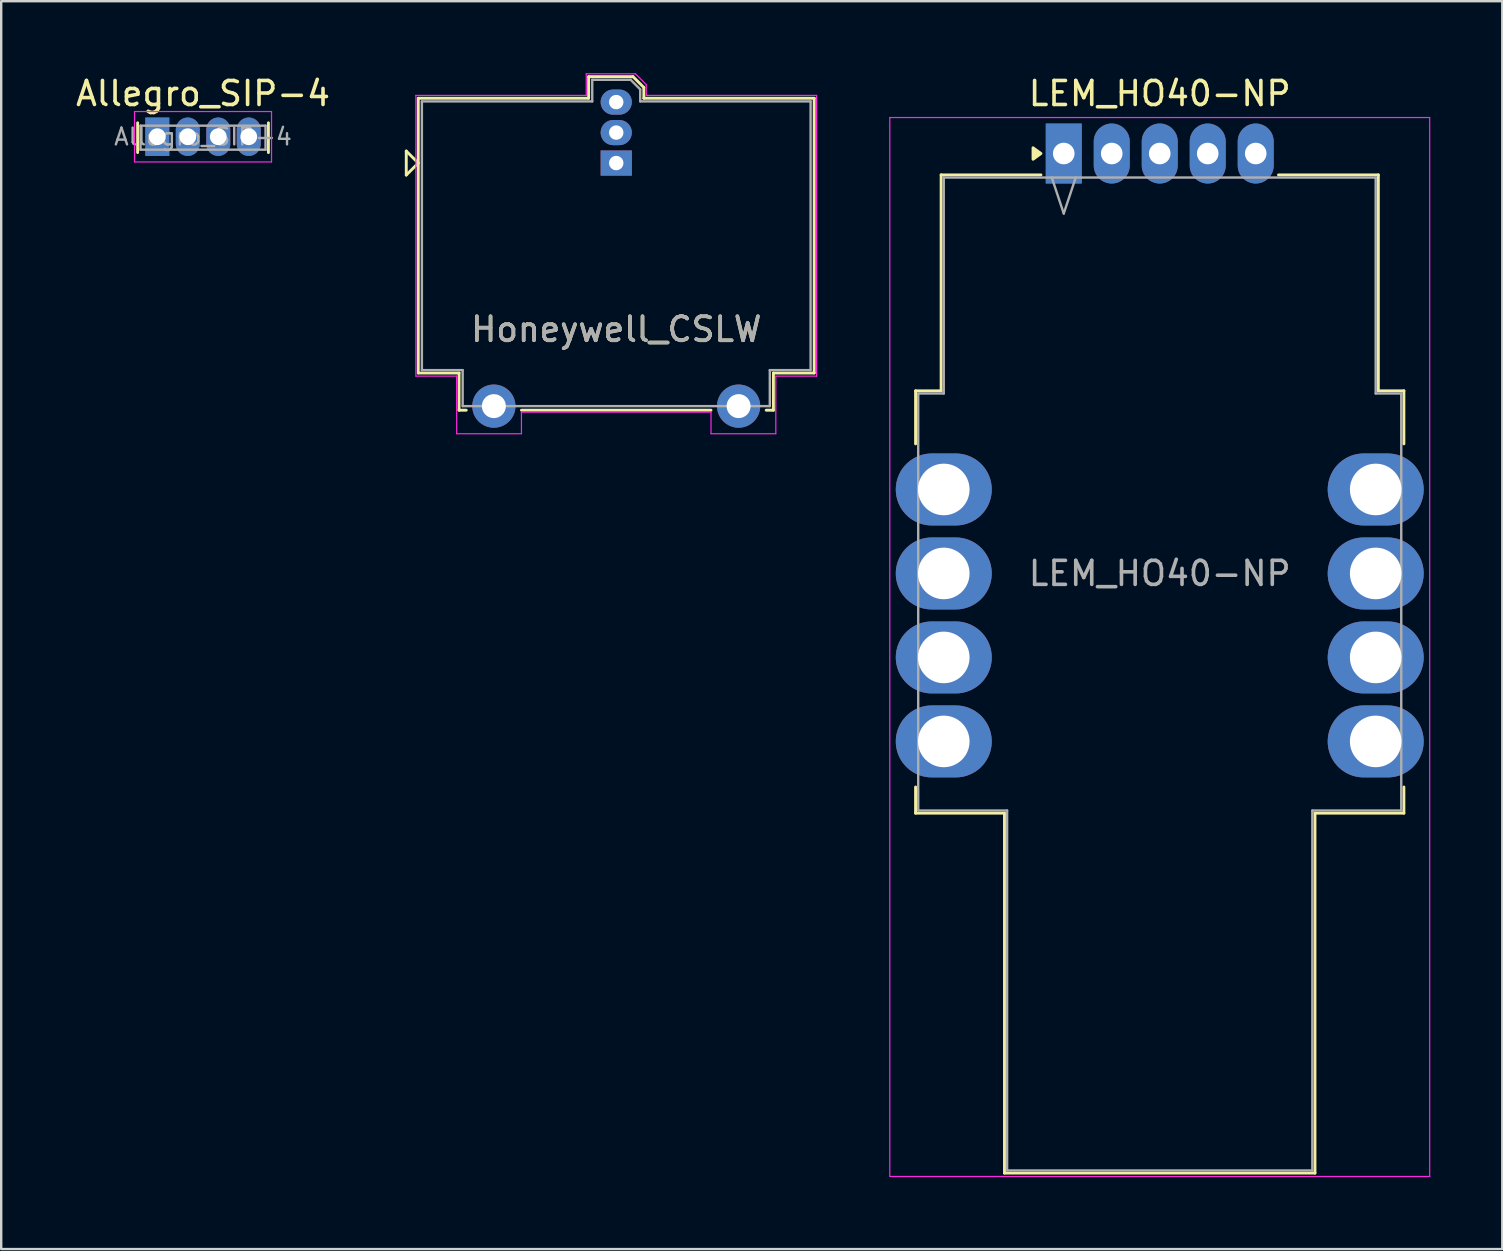
<source format=kicad_pcb>
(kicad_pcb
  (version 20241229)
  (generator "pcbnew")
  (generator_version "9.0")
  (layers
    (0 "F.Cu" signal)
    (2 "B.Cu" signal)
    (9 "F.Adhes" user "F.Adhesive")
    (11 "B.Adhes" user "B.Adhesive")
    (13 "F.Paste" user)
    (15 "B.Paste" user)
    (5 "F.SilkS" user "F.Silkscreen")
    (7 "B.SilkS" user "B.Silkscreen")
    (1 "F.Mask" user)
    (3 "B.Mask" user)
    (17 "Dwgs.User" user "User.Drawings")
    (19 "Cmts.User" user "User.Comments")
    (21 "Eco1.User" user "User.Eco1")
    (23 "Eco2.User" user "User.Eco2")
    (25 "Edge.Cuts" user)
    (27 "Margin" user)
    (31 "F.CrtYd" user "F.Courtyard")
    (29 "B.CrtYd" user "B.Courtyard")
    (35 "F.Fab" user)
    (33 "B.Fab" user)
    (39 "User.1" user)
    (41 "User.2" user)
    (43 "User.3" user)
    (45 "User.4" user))
  (footprint "Honeywell_CSLW"
    (layer "F.Cu")
    (at 22.631 3.745)
    (property "Reference" "Honeywell_CSLW" (at 0 6.93 0) (layer "F.SilkS") (effects (font (size 1 1) (thickness 0.15))))
    (attr through_hole)
    (fp_line (start -8.75 0.5) (end -8.75 -0.5) (stroke (width 0.12) (type solid)) (layer "F.SilkS"))
    (fp_line (start -8.25 -2.7) (end -8.25 8.75) (stroke (width 0.12) (type solid)) (layer "F.SilkS"))
    (fp_line (start -8.25 -2.7) (end -1.15 -2.7) (stroke (width 0.12) (type solid)) (layer "F.SilkS"))
    (fp_line (start -8.25 0) (end -8.75 -0.5) (stroke (width 0.12) (type solid)) (layer "F.SilkS"))
    (fp_line (start -8.25 0) (end -8.75 0.5) (stroke (width 0.12) (type solid)) (layer "F.SilkS"))
    (fp_line (start -8.25 8.75) (end -6.55 8.75) (stroke (width 0.12) (type solid)) (layer "F.SilkS"))
    (fp_line (start -6.55 8.75) (end -6.55 10.3) (stroke (width 0.12) (type solid)) (layer "F.SilkS"))
    (fp_line (start -6.25 10.3) (end -6.55 10.3) (stroke (width 0.12) (type solid)) (layer "F.SilkS"))
    (fp_line (start -1.15 -3.6) (end 0.7 -3.6) (stroke (width 0.12) (type solid)) (layer "F.SilkS"))
    (fp_line (start -1.15 -2.7) (end -1.15 -3.6) (stroke (width 0.12) (type solid)) (layer "F.SilkS"))
    (fp_line (start 0.7 -3.6) (end 1.15 -3.15) (stroke (width 0.12) (type solid)) (layer "F.SilkS"))
    (fp_line (start 1.15 -3.15) (end 1.15 -2.7) (stroke (width 0.12) (type solid)) (layer "F.SilkS"))
    (fp_line (start 1.15 -2.7) (end 8.25 -2.7) (stroke (width 0.12) (type solid)) (layer "F.SilkS"))
    (fp_line (start 3.95 10.3) (end -3.95 10.3) (stroke (width 0.12) (type solid)) (layer "F.SilkS"))
    (fp_line (start 6.25 10.3) (end 6.55 10.3) (stroke (width 0.12) (type solid)) (layer "F.SilkS"))
    (fp_line (start 6.55 8.75) (end 6.55 10.3) (stroke (width 0.12) (type solid)) (layer "F.SilkS"))
    (fp_line (start 8.25 -2.7) (end 8.25 8.75) (stroke (width 0.12) (type solid)) (layer "F.SilkS"))
    (fp_line (start 8.25 8.75) (end 6.55 8.75) (stroke (width 0.12) (type solid)) (layer "F.SilkS"))
    (fp_line (start -8.35 -2.82) (end -8.35 8.88) (stroke (width 0.05) (type solid)) (layer "F.CrtYd"))
    (fp_line (start -8.35 8.88) (end -6.65 8.88) (stroke (width 0.05) (type solid)) (layer "F.CrtYd"))
    (fp_line (start -6.65 8.88) (end -6.65 11.28) (stroke (width 0.05) (type solid)) (layer "F.CrtYd"))
    (fp_line (start -6.65 11.28) (end -3.95 11.28) (stroke (width 0.05) (type solid)) (layer "F.CrtYd"))
    (fp_line (start -3.95 10.38) (end 3.95 10.38) (stroke (width 0.05) (type solid)) (layer "F.CrtYd"))
    (fp_line (start -3.95 11.28) (end -3.95 10.38) (stroke (width 0.05) (type solid)) (layer "F.CrtYd"))
    (fp_line (start -1.25 -3.72) (end -1.25 -2.82) (stroke (width 0.05) (type solid)) (layer "F.CrtYd"))
    (fp_line (start -1.25 -2.82) (end -8.35 -2.82) (stroke (width 0.05) (type solid)) (layer "F.CrtYd"))
    (fp_line (start 0.8 -3.72) (end -1.25 -3.72) (stroke (width 0.05) (type solid)) (layer "F.CrtYd"))
    (fp_line (start 1.25 -3.27) (end 0.8 -3.72) (stroke (width 0.05) (type solid)) (layer "F.CrtYd"))
    (fp_line (start 1.25 -2.82) (end 1.25 -3.27) (stroke (width 0.05) (type solid)) (layer "F.CrtYd"))
    (fp_line (start 3.95 10.38) (end 3.95 11.28) (stroke (width 0.05) (type solid)) (layer "F.CrtYd"))
    (fp_line (start 3.95 11.28) (end 6.65 11.28) (stroke (width 0.05) (type solid)) (layer "F.CrtYd"))
    (fp_line (start 6.65 8.88) (end 8.35 8.88) (stroke (width 0.05) (type solid)) (layer "F.CrtYd"))
    (fp_line (start 6.65 11.28) (end 6.65 8.88) (stroke (width 0.05) (type solid)) (layer "F.CrtYd"))
    (fp_line (start 8.35 -2.82) (end 1.25 -2.82) (stroke (width 0.05) (type solid)) (layer "F.CrtYd"))
    (fp_line (start 8.35 8.88) (end 8.35 -2.82) (stroke (width 0.05) (type solid)) (layer "F.CrtYd"))
    (fp_line (start -8.1 -2.57) (end -8.1 8.63) (stroke (width 0.1) (type solid)) (layer "F.Fab"))
    (fp_line (start -8.1 8.63) (end -6.4 8.63) (stroke (width 0.1) (type solid)) (layer "F.Fab"))
    (fp_line (start -6.4 8.63) (end -6.4 10.13) (stroke (width 0.1) (type solid)) (layer "F.Fab"))
    (fp_line (start -6.4 10.13) (end 6.4 10.13) (stroke (width 0.1) (type solid)) (layer "F.Fab"))
    (fp_line (start -1 -3.47) (end -1 -2.57) (stroke (width 0.1) (type solid)) (layer "F.Fab"))
    (fp_line (start -1 -2.57) (end -8.1 -2.57) (stroke (width 0.1) (type solid)) (layer "F.Fab"))
    (fp_line (start 0.6 -3.47) (end -1 -3.47) (stroke (width 0.1) (type solid)) (layer "F.Fab"))
    (fp_line (start 1 -3.07) (end 0.6 -3.47) (stroke (width 0.1) (type solid)) (layer "F.Fab"))
    (fp_line (start 1 -2.57) (end 1 -3.07) (stroke (width 0.1) (type solid)) (layer "F.Fab"))
    (fp_line (start 6.4 8.63) (end 8.1 8.63) (stroke (width 0.1) (type solid)) (layer "F.Fab"))
    (fp_line (start 6.4 10.13) (end 6.4 8.63) (stroke (width 0.1) (type solid)) (layer "F.Fab"))
    (fp_line (start 8.1 -2.57) (end 1 -2.57) (stroke (width 0.1) (type solid)) (layer "F.Fab"))
    (fp_line (start 8.1 8.63) (end 8.1 -2.57) (stroke (width 0.1) (type solid)) (layer "F.Fab"))
    (fp_text user "${REFERENCE}" (at 0 6.93 0) (layer "F.Fab") (effects (font (size 1 1) (thickness 0.15))))
    (pad "1" thru_hole rect (at 0 0) (size 1.3 1.05) (drill 0.6) (layers "*.Cu" "*.Mask"))
    (pad "2" thru_hole oval (at 0 -1.27) (size 1.3 1.05) (drill 0.6) (layers "*.Cu" "*.Mask"))
    (pad "3" thru_hole oval (at 0 -2.54) (size 1.3 1.05) (drill 0.6) (layers "*.Cu" "*.Mask"))
    (pad "4" thru_hole circle (at -5.1 10.13) (size 1.8 1.8) (drill 1) (layers "*.Cu" "*.Mask"))
    (pad "5" thru_hole circle (at 5.1 10.13) (size 1.8 1.8) (drill 1) (layers "*.Cu" "*.Mask")))
  (footprint "Allegro_SIP-4"
    (layer "F.Cu")
    (at 3.506 2.648)
    (property "Reference" "Allegro_SIP-4" (at 1.905 -1.8 0) (layer "F.SilkS") (effects (font (size 1 1) (thickness 0.15))))
    (attr through_hole)
    (fp_line (start -0.82 0.66) (end -0.82 -0.58) (stroke (width 0.12) (type solid)) (layer "F.SilkS"))
    (fp_line (start 4.63 -0.58) (end 4.63 0.66) (stroke (width 0.12) (type solid)) (layer "F.SilkS"))
    (fp_line (start -0.95 -1.05) (end -0.95 1.05) (stroke (width 0.05) (type solid)) (layer "F.CrtYd"))
    (fp_line (start -0.95 1.05) (end 4.76 1.05) (stroke (width 0.05) (type solid)) (layer "F.CrtYd"))
    (fp_line (start 4.76 -1.05) (end -0.95 -1.05) (stroke (width 0.05) (type solid)) (layer "F.CrtYd"))
    (fp_line (start 4.76 1.05) (end 4.76 -1.05) (stroke (width 0.05) (type solid)) (layer "F.CrtYd"))
    (fp_line (start -0.7 -0.46) (end 4.51 -0.46) (stroke (width 0.1) (type solid)) (layer "F.Fab"))
    (fp_line (start -0.7 0.54) (end -0.7 -0.46) (stroke (width 0.1) (type solid)) (layer "F.Fab"))
    (fp_line (start 4.51 -0.46) (end 4.51 0.54) (stroke (width 0.1) (type solid)) (layer "F.Fab"))
    (fp_line (start 4.51 0.54) (end -0.7 0.54) (stroke (width 0.1) (type solid)) (layer "F.Fab"))
    (fp_text user "${REFERENCE}" (at 1.905 0 0) (layer "F.Fab") (effects (font (size 0.7 0.7) (thickness 0.1))))
    (pad "1" thru_hole rect (at 0 0) (size 1 1.6) (drill 0.7) (layers "*.Cu" "*.Mask"))
    (pad "2" thru_hole oval (at 1.27 0) (size 1 1.6) (drill 0.7) (layers "*.Cu" "*.Mask"))
    (pad "3" thru_hole oval (at 2.54 0) (size 1 1.6) (drill 0.7) (layers "*.Cu" "*.Mask"))
    (pad "4" thru_hole oval (at 3.81 0) (size 1 1.6) (drill 0.7) (layers "*.Cu" "*.Mask")))
  (footprint "LEM_HO40-NP"
    (layer "F.Cu")
    (at 41.281 3.348)
    (property "Reference" "LEM_HO40-NP" (at 4 -2.5 180) (layer "F.SilkS") (effects (font (size 1 1) (thickness 0.15))))
    (attr through_hole)
    (fp_line (start -6.175 9.89) (end -6.175 12.1) (stroke (width 0.12) (type solid)) (layer "F.SilkS"))
    (fp_line (start -6.175 26.4) (end -6.175 27.49) (stroke (width 0.12) (type solid)) (layer "F.SilkS"))
    (fp_line (start -5.11 0.89) (end -5.11 9.89) (stroke (width 0.12) (type solid)) (layer "F.SilkS"))
    (fp_line (start -5.11 9.89) (end -6.175 9.89) (stroke (width 0.12) (type solid)) (layer "F.SilkS"))
    (fp_line (start -2.47 27.49) (end -6.175 27.49) (stroke (width 0.12) (type solid)) (layer "F.SilkS"))
    (fp_line (start -2.47 42.49) (end -2.47 27.49) (stroke (width 0.12) (type solid)) (layer "F.SilkS"))
    (fp_line (start -2.47 42.49) (end 10.47 42.49) (stroke (width 0.12) (type solid)) (layer "F.SilkS"))
    (fp_line (start -0.95 0.89) (end -5.11 0.89) (stroke (width 0.12) (type solid)) (layer "F.SilkS"))
    (fp_line (start 10.47 42.49) (end 10.47 27.49) (stroke (width 0.12) (type solid)) (layer "F.SilkS"))
    (fp_line (start 13.11 0.89) (end 8.95 0.89) (stroke (width 0.12) (type solid)) (layer "F.SilkS"))
    (fp_line (start 13.11 9.89) (end 13.11 0.89) (stroke (width 0.12) (type solid)) (layer "F.SilkS"))
    (fp_line (start 14.175 9.89) (end 13.11 9.89) (stroke (width 0.12) (type solid)) (layer "F.SilkS"))
    (fp_line (start 14.175 9.89) (end 14.175 12.1) (stroke (width 0.12) (type solid)) (layer "F.SilkS"))
    (fp_line (start 14.175 26.4) (end 14.175 27.49) (stroke (width 0.12) (type solid)) (layer "F.SilkS"))
    (fp_line (start 14.175 27.49) (end 10.47 27.49) (stroke (width 0.12) (type solid)) (layer "F.SilkS"))
    (fp_poly (pts (xy -0.95 0) (xy -1.28 0.24) (xy -1.28 -0.24) (xy -0.95 0)) (stroke (width 0.12) (type solid)) (fill yes) (layer "F.SilkS"))
    (fp_line (start -7.25 -1.5) (end -7.25 42.63) (stroke (width 0.05) (type solid)) (layer "F.CrtYd"))
    (fp_line (start -7.25 42.63) (end 15.25 42.63) (stroke (width 0.05) (type solid)) (layer "F.CrtYd"))
    (fp_line (start 15.25 -1.5) (end -7.25 -1.5) (stroke (width 0.05) (type solid)) (layer "F.CrtYd"))
    (fp_line (start 15.25 42.63) (end 15.25 -1.5) (stroke (width 0.05) (type solid)) (layer "F.CrtYd"))
    (fp_line (start -6.065 10) (end -6.065 27.38) (stroke (width 0.1) (type solid)) (layer "F.Fab"))
    (fp_line (start -5 10) (end -6.065 10) (stroke (width 0.1) (type solid)) (layer "F.Fab"))
    (fp_line (start -5 10) (end -5 1) (stroke (width 0.1) (type solid)) (layer "F.Fab"))
    (fp_line (start -2.36 27.38) (end -6.065 27.38) (stroke (width 0.1) (type solid)) (layer "F.Fab"))
    (fp_line (start -2.36 42.38) (end -2.36 27.38) (stroke (width 0.1) (type solid)) (layer "F.Fab"))
    (fp_line (start -2.36 42.38) (end 10.36 42.38) (stroke (width 0.1) (type solid)) (layer "F.Fab"))
    (fp_line (start -0.5 1) (end 0 2.5) (stroke (width 0.1) (type solid)) (layer "F.Fab"))
    (fp_line (start 0 2.5) (end 0.5 1) (stroke (width 0.1) (type solid)) (layer "F.Fab"))
    (fp_line (start 10.36 42.38) (end 10.36 27.38) (stroke (width 0.1) (type solid)) (layer "F.Fab"))
    (fp_line (start 13 1) (end -5 1) (stroke (width 0.1) (type solid)) (layer "F.Fab"))
    (fp_line (start 13 1) (end 13 10) (stroke (width 0.1) (type solid)) (layer "F.Fab"))
    (fp_line (start 14.065 10) (end 13 10) (stroke (width 0.1) (type solid)) (layer "F.Fab"))
    (fp_line (start 14.065 10) (end 14.065 27.38) (stroke (width 0.1) (type solid)) (layer "F.Fab"))
    (fp_line (start 14.065 27.38) (end 10.36 27.38) (stroke (width 0.1) (type solid)) (layer "F.Fab"))
    (fp_text user "${REFERENCE}" (at 4 17.5 0) (layer "F.Fab") (effects (font (size 1 1) (thickness 0.15))))
    (pad "1" thru_hole rect (at 0 0) (size 1.5 2.5) (drill 0.9) (layers "*.Cu" "*.Mask"))
    (pad "2" thru_hole oval (at 2 0) (size 1.5 2.5) (drill 0.9) (layers "*.Cu" "*.Mask"))
    (pad "3" thru_hole oval (at 4 0) (size 1.5 2.5) (drill 0.9) (layers "*.Cu" "*.Mask"))
    (pad "4" thru_hole oval (at 6 0) (size 1.5 2.5) (drill 0.9) (layers "*.Cu" "*.Mask"))
    (pad "5" thru_hole oval (at 8 0) (size 1.5 2.5) (drill 0.9) (layers "*.Cu" "*.Mask"))
    (pad "6" thru_hole oval (at 13 14) (size 4 3) (drill 2.15) (layers "*.Cu" "*.Mask"))
    (pad "7" thru_hole oval (at 13 17.5) (size 4 3) (drill 2.15) (layers "*.Cu" "*.Mask"))
    (pad "8" thru_hole oval (at 13 21) (size 4 3) (drill 2.15) (layers "*.Cu" "*.Mask"))
    (pad "9" thru_hole oval (at 13 24.5) (size 4 3) (drill 2.15) (layers "*.Cu" "*.Mask"))
    (pad "10" thru_hole oval (at -5 24.5) (size 4 3) (drill 2.15) (layers "*.Cu" "*.Mask"))
    (pad "11" thru_hole oval (at -5 21) (size 4 3) (drill 2.15) (layers "*.Cu" "*.Mask"))
    (pad "12" thru_hole oval (at -5 17.5) (size 4 3) (drill 2.15) (layers "*.Cu" "*.Mask"))
    (pad "13" thru_hole oval (at -5 14) (size 4 3) (drill 2.15) (layers "*.Cu" "*.Mask")))
  (gr_rect
    (start -3 -3)
    (end 59.556 49.003)
    (stroke (width 0.1) (type default))
    (fill no)
    (layer "Edge.Cuts")))
</source>
